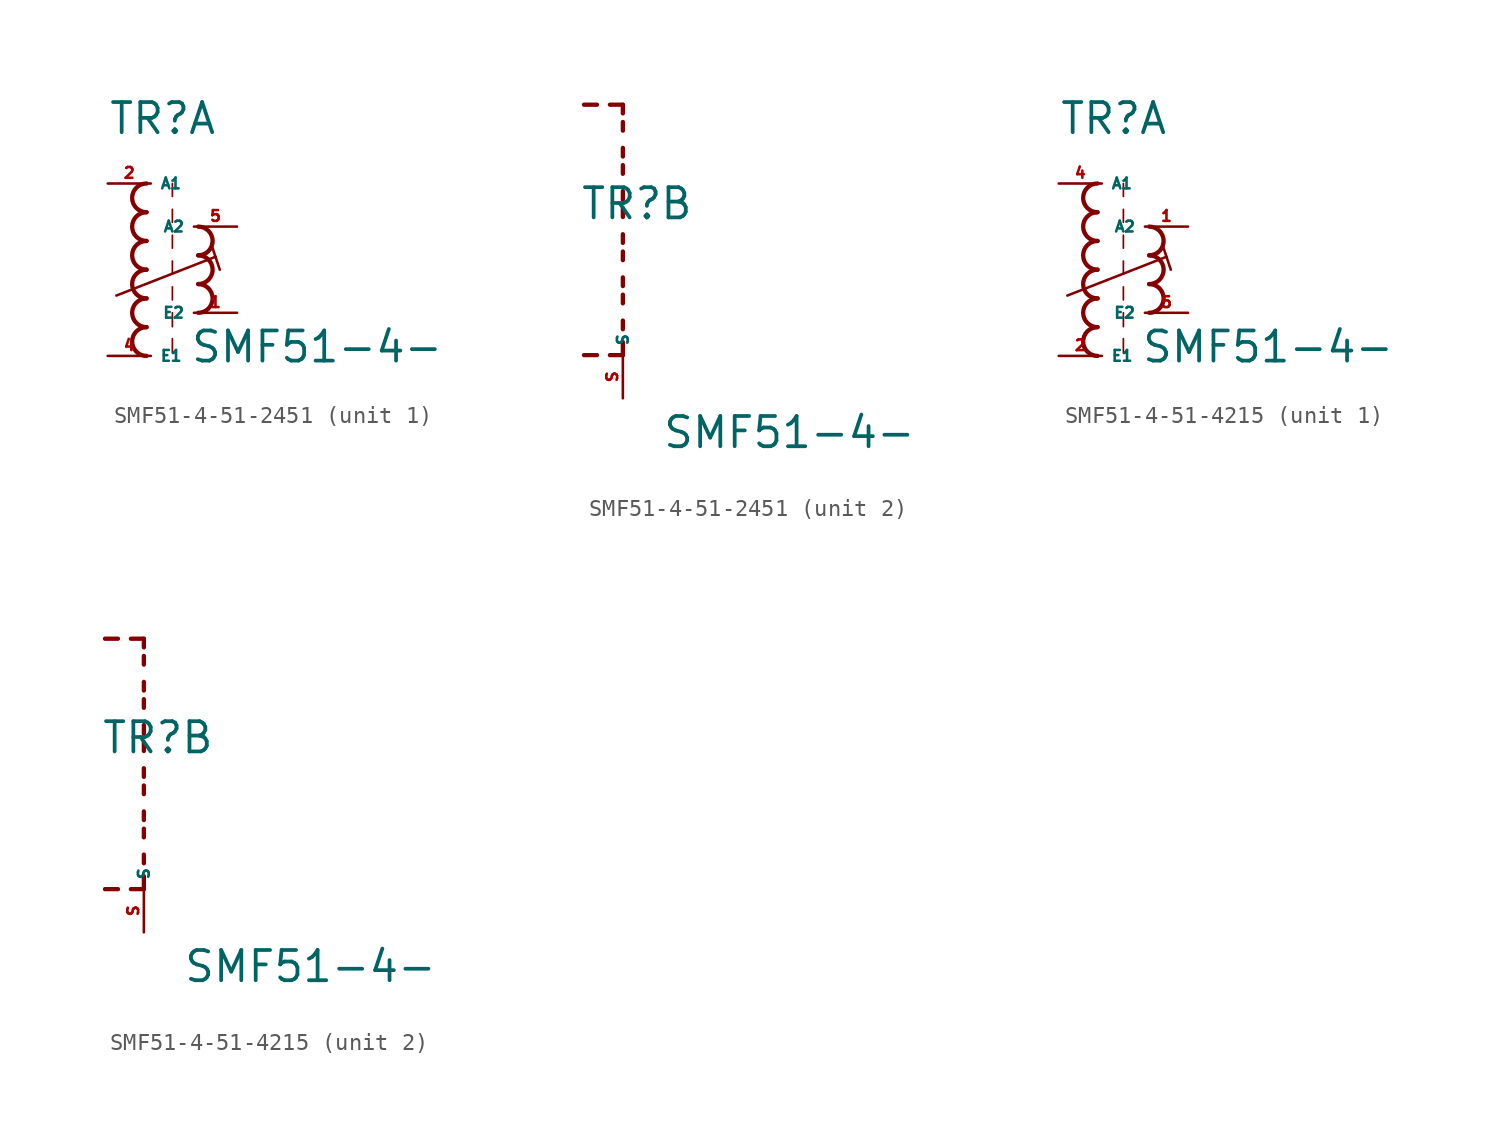
<source format=kicad_sym>
(kicad_symbol_lib
  (version 20220914)
  (generator kicad_symbol_editor)
  (symbol "SMF51-4-51-2451"
    (property "Reference" "TR"
      (at -2.54 7.874 0)
      (effects (font (size 1.778 1.778) (thickness 0.22)) (justify left bottom)))
    (property "Value" "SMF51-4-"
      (at 2.286 -5.588 0)
      (effects (font (size 1.778 1.778) (thickness 0.22)) (justify left bottom)))
    (symbol "SMF51-4-51-2451_1_0"
      (arc (start -0.254 -3.3866) (mid -1.1004 -4.2333) (end -0.254 -5.08) (stroke (width 0.254) (type default)) (fill (type none)))
      (arc (start -0.254 -1.6932) (mid -1.1004 -2.5399) (end -0.254 -3.3866) (stroke (width 0.254) (type default)) (fill (type none)))
      (arc (start -0.254 0) (mid -1.1004 -0.8467) (end -0.254 -1.6934) (stroke (width 0.254) (type default)) (fill (type none)))
      (arc (start -0.254 1.6934) (mid -1.1004 0.8467) (end -0.254 0) (stroke (width 0.254) (type default)) (fill (type none)))
      (arc (start -0.254 3.3866) (mid -1.1002 2.54) (end -0.254 1.6934) (stroke (width 0.254) (type default)) (fill (type none)))
      (arc (start -0.254 5.08) (mid -1.1004 4.2333) (end -0.254 3.3866) (stroke (width 0.254) (type default)) (fill (type none)))
      (polyline (pts (xy -2.032 -1.524) (xy 3.81 0.762)) (stroke (width 0.152) (type default)) (fill (type none)))
      (polyline (pts (xy 1.27 -4.064) (xy 1.27 -4.88)) (stroke (width 0.102) (type default)) (fill (type none)))
      (polyline (pts (xy 1.27 -2.54) (xy 1.27 -3.356)) (stroke (width 0.102) (type default)) (fill (type none)))
      (polyline (pts (xy 1.27 -1.016) (xy 1.27 -1.778)) (stroke (width 0.102) (type default)) (fill (type none)))
      (polyline (pts (xy 1.27 0.508) (xy 1.27 -0.254)) (stroke (width 0.102) (type default)) (fill (type none)))
      (polyline (pts (xy 1.27 2.032) (xy 1.27 1.27)) (stroke (width 0.102) (type default)) (fill (type none)))
      (polyline (pts (xy 1.27 3.556) (xy 1.27 2.794)) (stroke (width 0.102) (type default)) (fill (type none)))
      (polyline (pts (xy 1.27 5.08) (xy 1.27 4.318)) (stroke (width 0.102) (type default)) (fill (type none)))
      (polyline (pts (xy 3.556 1.524) (xy 4.064 0)) (stroke (width 0.152) (type default)) (fill (type none)))
      (arc (start 2.794 -2.54) (mid 3.6404 -1.6933) (end 2.794 -0.8466) (stroke (width 0.254) (type default)) (fill (type none)))
      (arc (start 2.794 -0.8466) (mid 3.6402 0) (end 2.794 0.8466) (stroke (width 0.254) (type default)) (fill (type none)))
      (arc (start 2.794 0.8466) (mid 3.6404 1.6933) (end 2.794 2.54) (stroke (width 0.254) (type default)) (fill (type none)))
      (pin passive line (at 5.08 -2.54 180) (length 2.54) (name "E2" (effects (font (size 0.635 0.635)))) (number "1" (effects (font (size 0.635 0.635)))))
      (pin passive line (at -2.54 5.08 0) (length 2.54) (name "A1" (effects (font (size 0.635 0.635)))) (number "2" (effects (font (size 0.635 0.635)))))
      (pin passive line (at -2.54 -5.08 0) (length 2.54) (name "E1" (effects (font (size 0.635 0.635)))) (number "4" (effects (font (size 0.635 0.635)))))
      (pin passive line (at 5.08 2.54 180) (length 2.54) (name "A2" (effects (font (size 0.635 0.635)))) (number "5" (effects (font (size 0.635 0.635))))))
    (symbol "SMF51-4-51-2451_2_0"
      (polyline (pts (xy -1.524 0) (xy -2.286 0)) (stroke (width 0.254) (type default)) (fill (type none)))
      (polyline (pts (xy -1.524 14.732) (xy -2.286 14.732)) (stroke (width 0.254) (type default)) (fill (type none)))
      (polyline (pts (xy 0 0) (xy -0.762 0)) (stroke (width 0.254) (type default)) (fill (type none)))
      (polyline (pts (xy 0 0) (xy 0 0.762)) (stroke (width 0.254) (type default)) (fill (type none)))
      (polyline (pts (xy 0 1.524) (xy 0 2.032)) (stroke (width 0.254) (type default)) (fill (type none)))
      (polyline (pts (xy 0 3.048) (xy 0 3.556)) (stroke (width 0.254) (type default)) (fill (type none)))
      (polyline (pts (xy 0 4.064) (xy 0 4.572)) (stroke (width 0.254) (type default)) (fill (type none)))
      (polyline (pts (xy 0 5.588) (xy 0 6.096)) (stroke (width 0.254) (type default)) (fill (type none)))
      (polyline (pts (xy 0 6.604) (xy 0 7.112)) (stroke (width 0.254) (type default)) (fill (type none)))
      (polyline (pts (xy 0 8.128) (xy 0 8.636)) (stroke (width 0.254) (type default)) (fill (type none)))
      (polyline (pts (xy 0 9.144) (xy 0 9.652)) (stroke (width 0.254) (type default)) (fill (type none)))
      (polyline (pts (xy 0 10.668) (xy 0 11.176)) (stroke (width 0.254) (type default)) (fill (type none)))
      (polyline (pts (xy 0 11.684) (xy 0 12.192)) (stroke (width 0.254) (type default)) (fill (type none)))
      (polyline (pts (xy 0 13.208) (xy 0 13.716)) (stroke (width 0.254) (type default)) (fill (type none)))
      (polyline (pts (xy 0 14.224) (xy 0 14.732)) (stroke (width 0.254) (type default)) (fill (type none)))
      (polyline (pts (xy 0 14.732) (xy -0.762 14.732)) (stroke (width 0.254) (type default)) (fill (type none)))
      (pin passive line (at 0 -2.54 90) (length 2.54) (name "S" (effects (font (size 0.635 0.635)))) (number "S" (effects (font (size 0.635 0.635)))))))
  (symbol "SMF51-4-51-4215"
    (property "Reference" "TR"
      (at -2.54 7.874 0)
      (effects (font (size 1.778 1.778) (thickness 0.22)) (justify left bottom)))
    (property "Value" "SMF51-4-"
      (at 2.286 -5.588 0)
      (effects (font (size 1.778 1.778) (thickness 0.22)) (justify left bottom)))
    (symbol "SMF51-4-51-4215_1_0"
      (arc (start -0.254 -3.3866) (mid -1.1004 -4.2333) (end -0.254 -5.08) (stroke (width 0.254) (type default)) (fill (type none)))
      (arc (start -0.254 -1.6932) (mid -1.1004 -2.5399) (end -0.254 -3.3866) (stroke (width 0.254) (type default)) (fill (type none)))
      (arc (start -0.254 0) (mid -1.1004 -0.8467) (end -0.254 -1.6934) (stroke (width 0.254) (type default)) (fill (type none)))
      (arc (start -0.254 1.6934) (mid -1.1004 0.8467) (end -0.254 0) (stroke (width 0.254) (type default)) (fill (type none)))
      (arc (start -0.254 3.3866) (mid -1.1002 2.54) (end -0.254 1.6934) (stroke (width 0.254) (type default)) (fill (type none)))
      (arc (start -0.254 5.08) (mid -1.1004 4.2333) (end -0.254 3.3866) (stroke (width 0.254) (type default)) (fill (type none)))
      (polyline (pts (xy -2.032 -1.524) (xy 3.81 0.762)) (stroke (width 0.152) (type default)) (fill (type none)))
      (polyline (pts (xy 1.27 -4.064) (xy 1.27 -4.88)) (stroke (width 0.102) (type default)) (fill (type none)))
      (polyline (pts (xy 1.27 -2.54) (xy 1.27 -3.356)) (stroke (width 0.102) (type default)) (fill (type none)))
      (polyline (pts (xy 1.27 -1.016) (xy 1.27 -1.778)) (stroke (width 0.102) (type default)) (fill (type none)))
      (polyline (pts (xy 1.27 0.508) (xy 1.27 -0.254)) (stroke (width 0.102) (type default)) (fill (type none)))
      (polyline (pts (xy 1.27 2.032) (xy 1.27 1.27)) (stroke (width 0.102) (type default)) (fill (type none)))
      (polyline (pts (xy 1.27 3.556) (xy 1.27 2.794)) (stroke (width 0.102) (type default)) (fill (type none)))
      (polyline (pts (xy 1.27 5.08) (xy 1.27 4.318)) (stroke (width 0.102) (type default)) (fill (type none)))
      (polyline (pts (xy 3.556 1.524) (xy 4.064 0)) (stroke (width 0.152) (type default)) (fill (type none)))
      (arc (start 2.794 -2.54) (mid 3.6404 -1.6933) (end 2.794 -0.8466) (stroke (width 0.254) (type default)) (fill (type none)))
      (arc (start 2.794 -0.8466) (mid 3.6402 0) (end 2.794 0.8466) (stroke (width 0.254) (type default)) (fill (type none)))
      (arc (start 2.794 0.8466) (mid 3.6404 1.6933) (end 2.794 2.54) (stroke (width 0.254) (type default)) (fill (type none)))
      (pin passive line (at 5.08 2.54 180) (length 2.54) (name "A2" (effects (font (size 0.635 0.635)))) (number "1" (effects (font (size 0.635 0.635)))))
      (pin passive line (at -2.54 -5.08 0) (length 2.54) (name "E1" (effects (font (size 0.635 0.635)))) (number "2" (effects (font (size 0.635 0.635)))))
      (pin passive line (at -2.54 5.08 0) (length 2.54) (name "A1" (effects (font (size 0.635 0.635)))) (number "4" (effects (font (size 0.635 0.635)))))
      (pin passive line (at 5.08 -2.54 180) (length 2.54) (name "E2" (effects (font (size 0.635 0.635)))) (number "5" (effects (font (size 0.635 0.635))))))
    (symbol "SMF51-4-51-4215_2_0"
      (polyline (pts (xy -1.524 0) (xy -2.286 0)) (stroke (width 0.254) (type default)) (fill (type none)))
      (polyline (pts (xy -1.524 14.732) (xy -2.286 14.732)) (stroke (width 0.254) (type default)) (fill (type none)))
      (polyline (pts (xy 0 0) (xy -0.762 0)) (stroke (width 0.254) (type default)) (fill (type none)))
      (polyline (pts (xy 0 0) (xy 0 0.762)) (stroke (width 0.254) (type default)) (fill (type none)))
      (polyline (pts (xy 0 1.524) (xy 0 2.032)) (stroke (width 0.254) (type default)) (fill (type none)))
      (polyline (pts (xy 0 3.048) (xy 0 3.556)) (stroke (width 0.254) (type default)) (fill (type none)))
      (polyline (pts (xy 0 4.064) (xy 0 4.572)) (stroke (width 0.254) (type default)) (fill (type none)))
      (polyline (pts (xy 0 5.588) (xy 0 6.096)) (stroke (width 0.254) (type default)) (fill (type none)))
      (polyline (pts (xy 0 6.604) (xy 0 7.112)) (stroke (width 0.254) (type default)) (fill (type none)))
      (polyline (pts (xy 0 8.128) (xy 0 8.636)) (stroke (width 0.254) (type default)) (fill (type none)))
      (polyline (pts (xy 0 9.144) (xy 0 9.652)) (stroke (width 0.254) (type default)) (fill (type none)))
      (polyline (pts (xy 0 10.668) (xy 0 11.176)) (stroke (width 0.254) (type default)) (fill (type none)))
      (polyline (pts (xy 0 11.684) (xy 0 12.192)) (stroke (width 0.254) (type default)) (fill (type none)))
      (polyline (pts (xy 0 13.208) (xy 0 13.716)) (stroke (width 0.254) (type default)) (fill (type none)))
      (polyline (pts (xy 0 14.224) (xy 0 14.732)) (stroke (width 0.254) (type default)) (fill (type none)))
      (polyline (pts (xy 0 14.732) (xy -0.762 14.732)) (stroke (width 0.254) (type default)) (fill (type none)))
      (pin passive line (at 0 -2.54 90) (length 2.54) (name "S" (effects (font (size 0.635 0.635)))) (number "S" (effects (font (size 0.635 0.635))))))))
</source>
